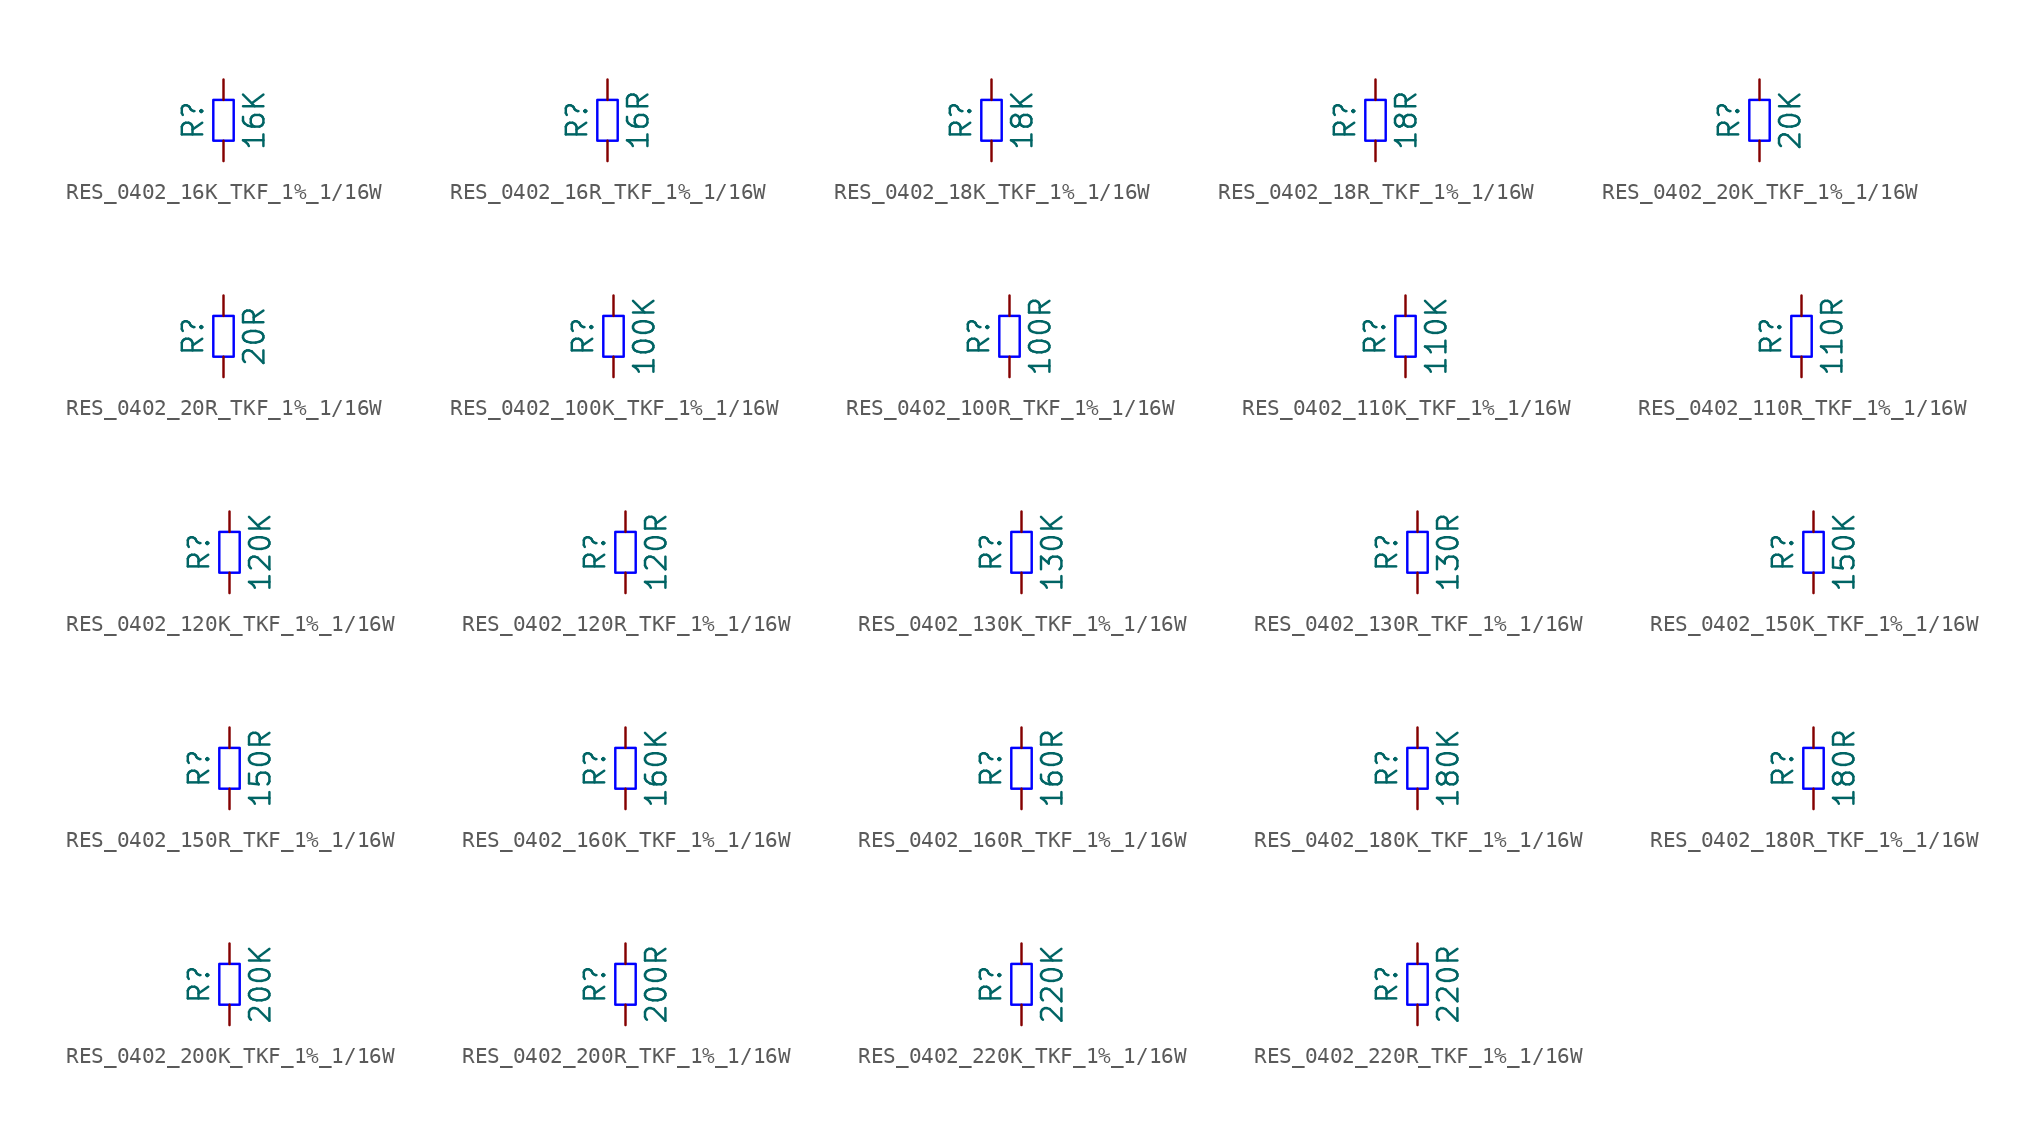
<source format=kicad_sym>
(kicad_symbol_lib
  (version 20220914)
  (generator kicad_symbol_editor)
  (symbol "RES_0402_16K_TKF_1%_1/16W"
    (pin_numbers hide)
    (pin_names
      (offset 0) hide)
    (property "Reference" "R"
      (at -1.905 0 90)
      (do_not_autoplace)
      (effects (font (size 1.27 1.27))))
    (property "Value" "16K"
      (at 1.905 0 90)
      (do_not_autoplace)
      (effects (font (size 1.27 1.27))))
    (symbol "RES_0402_16K_TKF_1%_1/16W_1_1"
      (rectangle (start -0.635 -1.27) (end 0.635 1.27) (stroke (width 0) (type solid) (color 0 0 255 1)) (fill (type none)))
      (pin passive line (at 0 -2.54 90) (length 1.27) (name "~" (effects (font (size 1.27 1.27)))) (number "1" (effects (font (size 1.27 1.27)))))
      (pin passive line (at 0 2.54 270) (length 1.27) (name "~" (effects (font (size 1.27 1.27)))) (number "2" (effects (font (size 1.27 1.27)))))))
  (symbol "RES_0402_16R_TKF_1%_1/16W"
    (pin_numbers hide)
    (pin_names
      (offset 0) hide)
    (property "Reference" "R"
      (at -1.905 0 90)
      (do_not_autoplace)
      (effects (font (size 1.27 1.27))))
    (property "Value" "16R"
      (at 1.905 0 90)
      (do_not_autoplace)
      (effects (font (size 1.27 1.27))))
    (symbol "RES_0402_16R_TKF_1%_1/16W_1_1"
      (rectangle (start -0.635 -1.27) (end 0.635 1.27) (stroke (width 0) (type solid) (color 0 0 255 1)) (fill (type none)))
      (pin passive line (at 0 -2.54 90) (length 1.27) (name "~" (effects (font (size 1.27 1.27)))) (number "1" (effects (font (size 1.27 1.27)))))
      (pin passive line (at 0 2.54 270) (length 1.27) (name "~" (effects (font (size 1.27 1.27)))) (number "2" (effects (font (size 1.27 1.27)))))))
  (symbol "RES_0402_18K_TKF_1%_1/16W"
    (pin_numbers hide)
    (pin_names
      (offset 0) hide)
    (property "Reference" "R"
      (at -1.905 0 90)
      (do_not_autoplace)
      (effects (font (size 1.27 1.27))))
    (property "Value" "18K"
      (at 1.905 0 90)
      (do_not_autoplace)
      (effects (font (size 1.27 1.27))))
    (symbol "RES_0402_18K_TKF_1%_1/16W_1_1"
      (rectangle (start -0.635 -1.27) (end 0.635 1.27) (stroke (width 0) (type solid) (color 0 0 255 1)) (fill (type none)))
      (pin passive line (at 0 -2.54 90) (length 1.27) (name "~" (effects (font (size 1.27 1.27)))) (number "1" (effects (font (size 1.27 1.27)))))
      (pin passive line (at 0 2.54 270) (length 1.27) (name "~" (effects (font (size 1.27 1.27)))) (number "2" (effects (font (size 1.27 1.27)))))))
  (symbol "RES_0402_18R_TKF_1%_1/16W"
    (pin_numbers hide)
    (pin_names
      (offset 0) hide)
    (property "Reference" "R"
      (at -1.905 0 90)
      (do_not_autoplace)
      (effects (font (size 1.27 1.27))))
    (property "Value" "18R"
      (at 1.905 0 90)
      (do_not_autoplace)
      (effects (font (size 1.27 1.27))))
    (symbol "RES_0402_18R_TKF_1%_1/16W_1_1"
      (rectangle (start -0.635 -1.27) (end 0.635 1.27) (stroke (width 0) (type solid) (color 0 0 255 1)) (fill (type none)))
      (pin passive line (at 0 -2.54 90) (length 1.27) (name "~" (effects (font (size 1.27 1.27)))) (number "1" (effects (font (size 1.27 1.27)))))
      (pin passive line (at 0 2.54 270) (length 1.27) (name "~" (effects (font (size 1.27 1.27)))) (number "2" (effects (font (size 1.27 1.27)))))))
  (symbol "RES_0402_20K_TKF_1%_1/16W"
    (pin_numbers hide)
    (pin_names
      (offset 0) hide)
    (property "Reference" "R"
      (at -1.905 0 90)
      (do_not_autoplace)
      (effects (font (size 1.27 1.27))))
    (property "Value" "20K"
      (at 1.905 0 90)
      (do_not_autoplace)
      (effects (font (size 1.27 1.27))))
    (symbol "RES_0402_20K_TKF_1%_1/16W_1_1"
      (rectangle (start -0.635 -1.27) (end 0.635 1.27) (stroke (width 0) (type solid) (color 0 0 255 1)) (fill (type none)))
      (pin passive line (at 0 -2.54 90) (length 1.27) (name "~" (effects (font (size 1.27 1.27)))) (number "1" (effects (font (size 1.27 1.27)))))
      (pin passive line (at 0 2.54 270) (length 1.27) (name "~" (effects (font (size 1.27 1.27)))) (number "2" (effects (font (size 1.27 1.27)))))))
  (symbol "RES_0402_20R_TKF_1%_1/16W"
    (pin_numbers hide)
    (pin_names
      (offset 0) hide)
    (property "Reference" "R"
      (at -1.905 0 90)
      (do_not_autoplace)
      (effects (font (size 1.27 1.27))))
    (property "Value" "20R"
      (at 1.905 0 90)
      (do_not_autoplace)
      (effects (font (size 1.27 1.27))))
    (symbol "RES_0402_20R_TKF_1%_1/16W_1_1"
      (rectangle (start -0.635 -1.27) (end 0.635 1.27) (stroke (width 0) (type solid) (color 0 0 255 1)) (fill (type none)))
      (pin passive line (at 0 -2.54 90) (length 1.27) (name "~" (effects (font (size 1.27 1.27)))) (number "1" (effects (font (size 1.27 1.27)))))
      (pin passive line (at 0 2.54 270) (length 1.27) (name "~" (effects (font (size 1.27 1.27)))) (number "2" (effects (font (size 1.27 1.27)))))))
  (symbol "RES_0402_100K_TKF_1%_1/16W"
    (pin_numbers hide)
    (pin_names
      (offset 0) hide)
    (property "Reference" "R"
      (at -1.905 0 90)
      (do_not_autoplace)
      (effects (font (size 1.27 1.27))))
    (property "Value" "100K"
      (at 1.905 0 90)
      (do_not_autoplace)
      (effects (font (size 1.27 1.27))))
    (symbol "RES_0402_100K_TKF_1%_1/16W_1_1"
      (rectangle (start -0.635 -1.27) (end 0.635 1.27) (stroke (width 0) (type solid) (color 0 0 255 1)) (fill (type none)))
      (pin passive line (at 0 -2.54 90) (length 1.27) (name "~" (effects (font (size 1.27 1.27)))) (number "1" (effects (font (size 1.27 1.27)))))
      (pin passive line (at 0 2.54 270) (length 1.27) (name "~" (effects (font (size 1.27 1.27)))) (number "2" (effects (font (size 1.27 1.27)))))))
  (symbol "RES_0402_100R_TKF_1%_1/16W"
    (pin_numbers hide)
    (pin_names
      (offset 0) hide)
    (property "Reference" "R"
      (at -1.905 0 90)
      (do_not_autoplace)
      (effects (font (size 1.27 1.27))))
    (property "Value" "100R"
      (at 1.905 0 90)
      (do_not_autoplace)
      (effects (font (size 1.27 1.27))))
    (symbol "RES_0402_100R_TKF_1%_1/16W_1_1"
      (rectangle (start -0.635 -1.27) (end 0.635 1.27) (stroke (width 0) (type solid) (color 0 0 255 1)) (fill (type none)))
      (pin passive line (at 0 -2.54 90) (length 1.27) (name "~" (effects (font (size 1.27 1.27)))) (number "1" (effects (font (size 1.27 1.27)))))
      (pin passive line (at 0 2.54 270) (length 1.27) (name "~" (effects (font (size 1.27 1.27)))) (number "2" (effects (font (size 1.27 1.27)))))))
  (symbol "RES_0402_110K_TKF_1%_1/16W"
    (pin_numbers hide)
    (pin_names
      (offset 0) hide)
    (property "Reference" "R"
      (at -1.905 0 90)
      (do_not_autoplace)
      (effects (font (size 1.27 1.27))))
    (property "Value" "110K"
      (at 1.905 0 90)
      (do_not_autoplace)
      (effects (font (size 1.27 1.27))))
    (symbol "RES_0402_110K_TKF_1%_1/16W_1_1"
      (rectangle (start -0.635 -1.27) (end 0.635 1.27) (stroke (width 0) (type solid) (color 0 0 255 1)) (fill (type none)))
      (pin passive line (at 0 -2.54 90) (length 1.27) (name "~" (effects (font (size 1.27 1.27)))) (number "1" (effects (font (size 1.27 1.27)))))
      (pin passive line (at 0 2.54 270) (length 1.27) (name "~" (effects (font (size 1.27 1.27)))) (number "2" (effects (font (size 1.27 1.27)))))))
  (symbol "RES_0402_110R_TKF_1%_1/16W"
    (pin_numbers hide)
    (pin_names
      (offset 0) hide)
    (property "Reference" "R"
      (at -1.905 0 90)
      (do_not_autoplace)
      (effects (font (size 1.27 1.27))))
    (property "Value" "110R"
      (at 1.905 0 90)
      (do_not_autoplace)
      (effects (font (size 1.27 1.27))))
    (symbol "RES_0402_110R_TKF_1%_1/16W_1_1"
      (rectangle (start -0.635 -1.27) (end 0.635 1.27) (stroke (width 0) (type solid) (color 0 0 255 1)) (fill (type none)))
      (pin passive line (at 0 -2.54 90) (length 1.27) (name "~" (effects (font (size 1.27 1.27)))) (number "1" (effects (font (size 1.27 1.27)))))
      (pin passive line (at 0 2.54 270) (length 1.27) (name "~" (effects (font (size 1.27 1.27)))) (number "2" (effects (font (size 1.27 1.27)))))))
  (symbol "RES_0402_120K_TKF_1%_1/16W"
    (pin_numbers hide)
    (pin_names
      (offset 0) hide)
    (property "Reference" "R"
      (at -1.905 0 90)
      (do_not_autoplace)
      (effects (font (size 1.27 1.27))))
    (property "Value" "120K"
      (at 1.905 0 90)
      (do_not_autoplace)
      (effects (font (size 1.27 1.27))))
    (symbol "RES_0402_120K_TKF_1%_1/16W_1_1"
      (rectangle (start -0.635 -1.27) (end 0.635 1.27) (stroke (width 0) (type solid) (color 0 0 255 1)) (fill (type none)))
      (pin passive line (at 0 -2.54 90) (length 1.27) (name "~" (effects (font (size 1.27 1.27)))) (number "1" (effects (font (size 1.27 1.27)))))
      (pin passive line (at 0 2.54 270) (length 1.27) (name "~" (effects (font (size 1.27 1.27)))) (number "2" (effects (font (size 1.27 1.27)))))))
  (symbol "RES_0402_120R_TKF_1%_1/16W"
    (pin_numbers hide)
    (pin_names
      (offset 0) hide)
    (property "Reference" "R"
      (at -1.905 0 90)
      (do_not_autoplace)
      (effects (font (size 1.27 1.27))))
    (property "Value" "120R"
      (at 1.905 0 90)
      (do_not_autoplace)
      (effects (font (size 1.27 1.27))))
    (symbol "RES_0402_120R_TKF_1%_1/16W_1_1"
      (rectangle (start -0.635 -1.27) (end 0.635 1.27) (stroke (width 0) (type solid) (color 0 0 255 1)) (fill (type none)))
      (pin passive line (at 0 -2.54 90) (length 1.27) (name "~" (effects (font (size 1.27 1.27)))) (number "1" (effects (font (size 1.27 1.27)))))
      (pin passive line (at 0 2.54 270) (length 1.27) (name "~" (effects (font (size 1.27 1.27)))) (number "2" (effects (font (size 1.27 1.27)))))))
  (symbol "RES_0402_130K_TKF_1%_1/16W"
    (pin_numbers hide)
    (pin_names
      (offset 0) hide)
    (property "Reference" "R"
      (at -1.905 0 90)
      (do_not_autoplace)
      (effects (font (size 1.27 1.27))))
    (property "Value" "130K"
      (at 1.905 0 90)
      (do_not_autoplace)
      (effects (font (size 1.27 1.27))))
    (symbol "RES_0402_130K_TKF_1%_1/16W_1_1"
      (rectangle (start -0.635 -1.27) (end 0.635 1.27) (stroke (width 0) (type solid) (color 0 0 255 1)) (fill (type none)))
      (pin passive line (at 0 -2.54 90) (length 1.27) (name "~" (effects (font (size 1.27 1.27)))) (number "1" (effects (font (size 1.27 1.27)))))
      (pin passive line (at 0 2.54 270) (length 1.27) (name "~" (effects (font (size 1.27 1.27)))) (number "2" (effects (font (size 1.27 1.27)))))))
  (symbol "RES_0402_130R_TKF_1%_1/16W"
    (pin_numbers hide)
    (pin_names
      (offset 0) hide)
    (property "Reference" "R"
      (at -1.905 0 90)
      (do_not_autoplace)
      (effects (font (size 1.27 1.27))))
    (property "Value" "130R"
      (at 1.905 0 90)
      (do_not_autoplace)
      (effects (font (size 1.27 1.27))))
    (symbol "RES_0402_130R_TKF_1%_1/16W_1_1"
      (rectangle (start -0.635 -1.27) (end 0.635 1.27) (stroke (width 0) (type solid) (color 0 0 255 1)) (fill (type none)))
      (pin passive line (at 0 -2.54 90) (length 1.27) (name "~" (effects (font (size 1.27 1.27)))) (number "1" (effects (font (size 1.27 1.27)))))
      (pin passive line (at 0 2.54 270) (length 1.27) (name "~" (effects (font (size 1.27 1.27)))) (number "2" (effects (font (size 1.27 1.27)))))))
  (symbol "RES_0402_150K_TKF_1%_1/16W"
    (pin_numbers hide)
    (pin_names
      (offset 0) hide)
    (property "Reference" "R"
      (at -1.905 0 90)
      (do_not_autoplace)
      (effects (font (size 1.27 1.27))))
    (property "Value" "150K"
      (at 1.905 0 90)
      (do_not_autoplace)
      (effects (font (size 1.27 1.27))))
    (symbol "RES_0402_150K_TKF_1%_1/16W_1_1"
      (rectangle (start -0.635 -1.27) (end 0.635 1.27) (stroke (width 0) (type solid) (color 0 0 255 1)) (fill (type none)))
      (pin passive line (at 0 -2.54 90) (length 1.27) (name "~" (effects (font (size 1.27 1.27)))) (number "1" (effects (font (size 1.27 1.27)))))
      (pin passive line (at 0 2.54 270) (length 1.27) (name "~" (effects (font (size 1.27 1.27)))) (number "2" (effects (font (size 1.27 1.27)))))))
  (symbol "RES_0402_150R_TKF_1%_1/16W"
    (pin_numbers hide)
    (pin_names
      (offset 0) hide)
    (property "Reference" "R"
      (at -1.905 0 90)
      (do_not_autoplace)
      (effects (font (size 1.27 1.27))))
    (property "Value" "150R"
      (at 1.905 0 90)
      (do_not_autoplace)
      (effects (font (size 1.27 1.27))))
    (symbol "RES_0402_150R_TKF_1%_1/16W_1_1"
      (rectangle (start -0.635 -1.27) (end 0.635 1.27) (stroke (width 0) (type solid) (color 0 0 255 1)) (fill (type none)))
      (pin passive line (at 0 -2.54 90) (length 1.27) (name "~" (effects (font (size 1.27 1.27)))) (number "1" (effects (font (size 1.27 1.27)))))
      (pin passive line (at 0 2.54 270) (length 1.27) (name "~" (effects (font (size 1.27 1.27)))) (number "2" (effects (font (size 1.27 1.27)))))))
  (symbol "RES_0402_160K_TKF_1%_1/16W"
    (pin_numbers hide)
    (pin_names
      (offset 0) hide)
    (property "Reference" "R"
      (at -1.905 0 90)
      (do_not_autoplace)
      (effects (font (size 1.27 1.27))))
    (property "Value" "160K"
      (at 1.905 0 90)
      (do_not_autoplace)
      (effects (font (size 1.27 1.27))))
    (symbol "RES_0402_160K_TKF_1%_1/16W_1_1"
      (rectangle (start -0.635 -1.27) (end 0.635 1.27) (stroke (width 0) (type solid) (color 0 0 255 1)) (fill (type none)))
      (pin passive line (at 0 -2.54 90) (length 1.27) (name "~" (effects (font (size 1.27 1.27)))) (number "1" (effects (font (size 1.27 1.27)))))
      (pin passive line (at 0 2.54 270) (length 1.27) (name "~" (effects (font (size 1.27 1.27)))) (number "2" (effects (font (size 1.27 1.27)))))))
  (symbol "RES_0402_160R_TKF_1%_1/16W"
    (pin_numbers hide)
    (pin_names
      (offset 0) hide)
    (property "Reference" "R"
      (at -1.905 0 90)
      (do_not_autoplace)
      (effects (font (size 1.27 1.27))))
    (property "Value" "160R"
      (at 1.905 0 90)
      (do_not_autoplace)
      (effects (font (size 1.27 1.27))))
    (symbol "RES_0402_160R_TKF_1%_1/16W_1_1"
      (rectangle (start -0.635 -1.27) (end 0.635 1.27) (stroke (width 0) (type solid) (color 0 0 255 1)) (fill (type none)))
      (pin passive line (at 0 -2.54 90) (length 1.27) (name "~" (effects (font (size 1.27 1.27)))) (number "1" (effects (font (size 1.27 1.27)))))
      (pin passive line (at 0 2.54 270) (length 1.27) (name "~" (effects (font (size 1.27 1.27)))) (number "2" (effects (font (size 1.27 1.27)))))))
  (symbol "RES_0402_180K_TKF_1%_1/16W"
    (pin_numbers hide)
    (pin_names
      (offset 0) hide)
    (property "Reference" "R"
      (at -1.905 0 90)
      (do_not_autoplace)
      (effects (font (size 1.27 1.27))))
    (property "Value" "180K"
      (at 1.905 0 90)
      (do_not_autoplace)
      (effects (font (size 1.27 1.27))))
    (symbol "RES_0402_180K_TKF_1%_1/16W_1_1"
      (rectangle (start -0.635 -1.27) (end 0.635 1.27) (stroke (width 0) (type solid) (color 0 0 255 1)) (fill (type none)))
      (pin passive line (at 0 -2.54 90) (length 1.27) (name "~" (effects (font (size 1.27 1.27)))) (number "1" (effects (font (size 1.27 1.27)))))
      (pin passive line (at 0 2.54 270) (length 1.27) (name "~" (effects (font (size 1.27 1.27)))) (number "2" (effects (font (size 1.27 1.27)))))))
  (symbol "RES_0402_180R_TKF_1%_1/16W"
    (pin_numbers hide)
    (pin_names
      (offset 0) hide)
    (property "Reference" "R"
      (at -1.905 0 90)
      (do_not_autoplace)
      (effects (font (size 1.27 1.27))))
    (property "Value" "180R"
      (at 1.905 0 90)
      (do_not_autoplace)
      (effects (font (size 1.27 1.27))))
    (symbol "RES_0402_180R_TKF_1%_1/16W_1_1"
      (rectangle (start -0.635 -1.27) (end 0.635 1.27) (stroke (width 0) (type solid) (color 0 0 255 1)) (fill (type none)))
      (pin passive line (at 0 -2.54 90) (length 1.27) (name "~" (effects (font (size 1.27 1.27)))) (number "1" (effects (font (size 1.27 1.27)))))
      (pin passive line (at 0 2.54 270) (length 1.27) (name "~" (effects (font (size 1.27 1.27)))) (number "2" (effects (font (size 1.27 1.27)))))))
  (symbol "RES_0402_200K_TKF_1%_1/16W"
    (pin_numbers hide)
    (pin_names
      (offset 0) hide)
    (property "Reference" "R"
      (at -1.905 0 90)
      (do_not_autoplace)
      (effects (font (size 1.27 1.27))))
    (property "Value" "200K"
      (at 1.905 0 90)
      (do_not_autoplace)
      (effects (font (size 1.27 1.27))))
    (symbol "RES_0402_200K_TKF_1%_1/16W_1_1"
      (rectangle (start -0.635 -1.27) (end 0.635 1.27) (stroke (width 0) (type solid) (color 0 0 255 1)) (fill (type none)))
      (pin passive line (at 0 -2.54 90) (length 1.27) (name "~" (effects (font (size 1.27 1.27)))) (number "1" (effects (font (size 1.27 1.27)))))
      (pin passive line (at 0 2.54 270) (length 1.27) (name "~" (effects (font (size 1.27 1.27)))) (number "2" (effects (font (size 1.27 1.27)))))))
  (symbol "RES_0402_200R_TKF_1%_1/16W"
    (pin_numbers hide)
    (pin_names
      (offset 0) hide)
    (property "Reference" "R"
      (at -1.905 0 90)
      (do_not_autoplace)
      (effects (font (size 1.27 1.27))))
    (property "Value" "200R"
      (at 1.905 0 90)
      (do_not_autoplace)
      (effects (font (size 1.27 1.27))))
    (symbol "RES_0402_200R_TKF_1%_1/16W_1_1"
      (rectangle (start -0.635 -1.27) (end 0.635 1.27) (stroke (width 0) (type solid) (color 0 0 255 1)) (fill (type none)))
      (pin passive line (at 0 -2.54 90) (length 1.27) (name "~" (effects (font (size 1.27 1.27)))) (number "1" (effects (font (size 1.27 1.27)))))
      (pin passive line (at 0 2.54 270) (length 1.27) (name "~" (effects (font (size 1.27 1.27)))) (number "2" (effects (font (size 1.27 1.27)))))))
  (symbol "RES_0402_220K_TKF_1%_1/16W"
    (pin_numbers hide)
    (pin_names
      (offset 0) hide)
    (property "Reference" "R"
      (at -1.905 0 90)
      (do_not_autoplace)
      (effects (font (size 1.27 1.27))))
    (property "Value" "220K"
      (at 1.905 0 90)
      (do_not_autoplace)
      (effects (font (size 1.27 1.27))))
    (symbol "RES_0402_220K_TKF_1%_1/16W_1_1"
      (rectangle (start -0.635 -1.27) (end 0.635 1.27) (stroke (width 0) (type solid) (color 0 0 255 1)) (fill (type none)))
      (pin passive line (at 0 -2.54 90) (length 1.27) (name "~" (effects (font (size 1.27 1.27)))) (number "1" (effects (font (size 1.27 1.27)))))
      (pin passive line (at 0 2.54 270) (length 1.27) (name "~" (effects (font (size 1.27 1.27)))) (number "2" (effects (font (size 1.27 1.27)))))))
  (symbol "RES_0402_220R_TKF_1%_1/16W"
    (pin_numbers hide)
    (pin_names
      (offset 0) hide)
    (property "Reference" "R"
      (at -1.905 0 90)
      (do_not_autoplace)
      (effects (font (size 1.27 1.27))))
    (property "Value" "220R"
      (at 1.905 0 90)
      (do_not_autoplace)
      (effects (font (size 1.27 1.27))))
    (symbol "RES_0402_220R_TKF_1%_1/16W_1_1"
      (rectangle (start -0.635 -1.27) (end 0.635 1.27) (stroke (width 0) (type solid) (color 0 0 255 1)) (fill (type none)))
      (pin passive line (at 0 -2.54 90) (length 1.27) (name "~" (effects (font (size 1.27 1.27)))) (number "1" (effects (font (size 1.27 1.27)))))
      (pin passive line (at 0 2.54 270) (length 1.27) (name "~" (effects (font (size 1.27 1.27)))) (number "2" (effects (font (size 1.27 1.27))))))))
</source>
